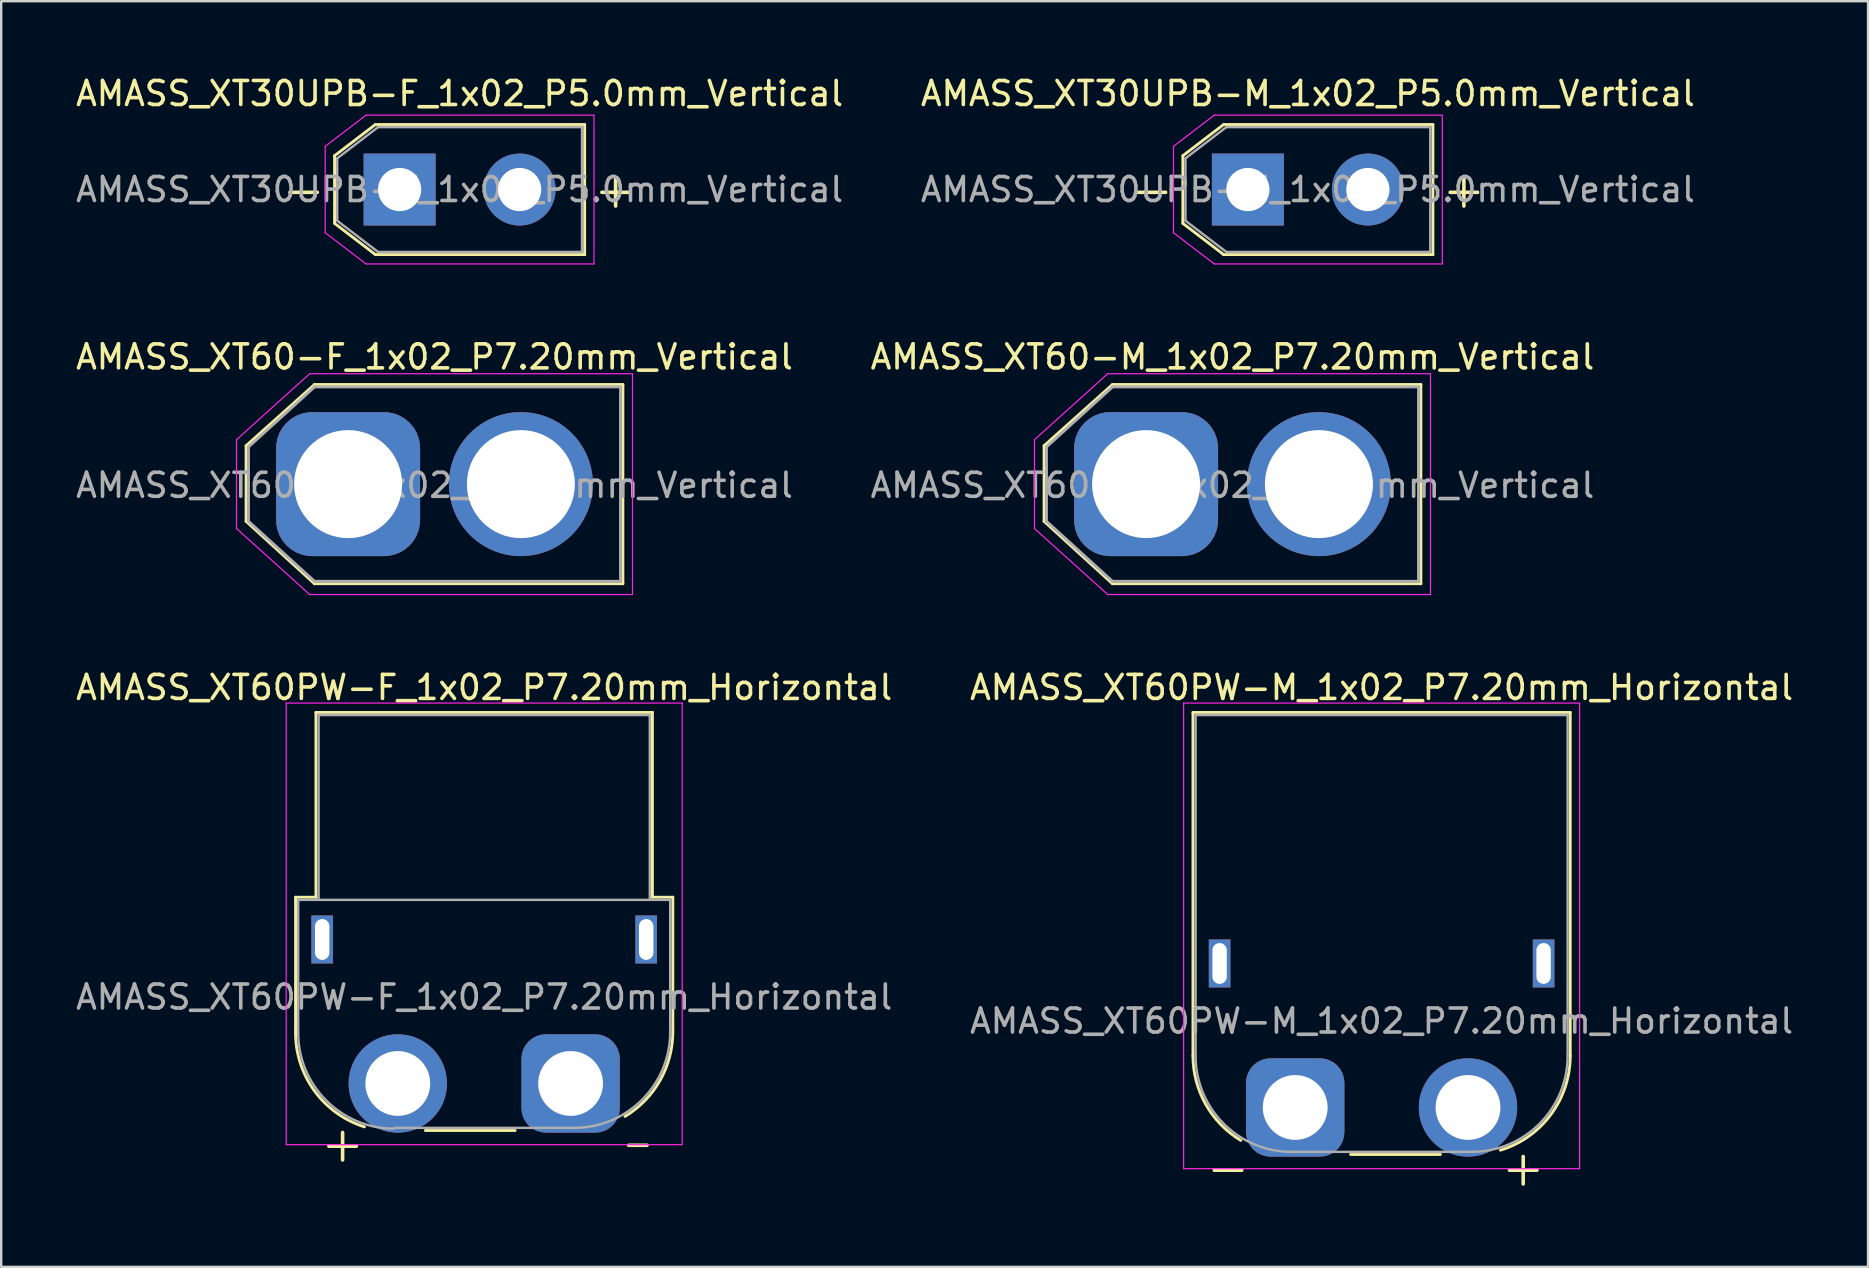
<source format=kicad_pcb>
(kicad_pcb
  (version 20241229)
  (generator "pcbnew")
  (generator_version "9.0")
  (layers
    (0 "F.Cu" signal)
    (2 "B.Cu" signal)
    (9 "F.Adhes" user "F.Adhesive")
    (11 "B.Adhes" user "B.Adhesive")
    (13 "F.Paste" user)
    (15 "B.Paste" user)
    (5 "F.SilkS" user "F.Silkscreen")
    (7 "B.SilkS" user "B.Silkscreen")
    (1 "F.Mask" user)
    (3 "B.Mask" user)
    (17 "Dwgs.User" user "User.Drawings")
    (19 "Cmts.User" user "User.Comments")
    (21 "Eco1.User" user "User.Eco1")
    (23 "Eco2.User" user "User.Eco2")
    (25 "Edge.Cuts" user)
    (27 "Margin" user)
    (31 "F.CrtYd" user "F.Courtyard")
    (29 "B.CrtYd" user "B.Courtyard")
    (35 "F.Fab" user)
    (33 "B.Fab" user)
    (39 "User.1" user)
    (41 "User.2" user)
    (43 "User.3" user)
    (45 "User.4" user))
  (footprint "AMASS_XT30UPB-F_1x02_P5.0mm_Vertical"
    (layer "F.Cu")
    (at 13.601 4.848)
    (property "Reference" "AMASS_XT30UPB-F_1x02_P5.0mm_Vertical" (at 2.5 -4 0) (layer "F.SilkS") (effects (font (size 1 1) (thickness 0.15))))
    (attr through_hole)
    (fp_line (start -2.71 -1.41) (end -2.71 1.41) (stroke (width 0.12) (type solid)) (layer "F.SilkS"))
    (fp_line (start -2.71 -1.41) (end -1.01 -2.71) (stroke (width 0.12) (type solid)) (layer "F.SilkS"))
    (fp_line (start -2.71 1.41) (end -1.01 2.71) (stroke (width 0.12) (type solid)) (layer "F.SilkS"))
    (fp_line (start -1.01 -2.71) (end 7.71 -2.71) (stroke (width 0.12) (type solid)) (layer "F.SilkS"))
    (fp_line (start -1.01 2.71) (end 7.71 2.71) (stroke (width 0.12) (type solid)) (layer "F.SilkS"))
    (fp_line (start 7.71 -2.71) (end 7.71 2.71) (stroke (width 0.12) (type solid)) (layer "F.SilkS"))
    (fp_line (start -3.1 -1.8) (end -3.1 1.8) (stroke (width 0.05) (type solid)) (layer "F.CrtYd"))
    (fp_line (start -3.1 -1.8) (end -1.4 -3.1) (stroke (width 0.05) (type solid)) (layer "F.CrtYd"))
    (fp_line (start -3.1 1.8) (end -1.4 3.1) (stroke (width 0.05) (type solid)) (layer "F.CrtYd"))
    (fp_line (start -1.4 -3.1) (end 8.1 -3.1) (stroke (width 0.05) (type solid)) (layer "F.CrtYd"))
    (fp_line (start -1.4 3.1) (end 8.1 3.1) (stroke (width 0.05) (type solid)) (layer "F.CrtYd"))
    (fp_line (start 8.1 -3.1) (end 8.1 3.1) (stroke (width 0.05) (type solid)) (layer "F.CrtYd"))
    (fp_line (start -2.6 -1.3) (end -2.6 1.3) (stroke (width 0.1) (type solid)) (layer "F.Fab"))
    (fp_line (start -2.6 -1.3) (end -0.9 -2.6) (stroke (width 0.1) (type solid)) (layer "F.Fab"))
    (fp_line (start -2.6 1.3) (end -0.9 2.6) (stroke (width 0.1) (type solid)) (layer "F.Fab"))
    (fp_line (start -0.9 -2.6) (end 7.6 -2.6) (stroke (width 0.1) (type solid)) (layer "F.Fab"))
    (fp_line (start -0.9 2.6) (end 7.6 2.6) (stroke (width 0.1) (type solid)) (layer "F.Fab"))
    (fp_line (start 7.6 -2.6) (end 7.6 2.6) (stroke (width 0.1) (type solid)) (layer "F.Fab"))
    (fp_text user "-" (at -4 0 0) (layer "F.SilkS") (effects (font (size 1.5 1.5) (thickness 0.15))))
    (fp_text user "+" (at 9 0 0) (layer "F.SilkS") (effects (font (size 1.5 1.5) (thickness 0.15))))
    (fp_text user "${REFERENCE}" (at 2.5 0 0) (layer "F.Fab") (effects (font (size 1 1) (thickness 0.15))))
    (pad "1" thru_hole rect (at 0 0) (size 3 3) (drill 1.8) (layers "*.Cu" "*.Mask"))
    (pad "2" thru_hole circle (at 5 0) (size 3 3) (drill 1.8) (layers "*.Cu" "*.Mask")))
  (footprint "AMASS_XT60-M_1x02_P7.20mm_Vertical"
    (layer "F.Cu")
    (at 44.704 17.122)
    (property "Reference" "AMASS_XT60-M_1x02_P7.20mm_Vertical" (at 3.6 -5.3 180) (layer "F.SilkS") (effects (font (size 1 1) (thickness 0.15))))
    (attr through_hole)
    (fp_line (start -4.25 -1.6) (end -4.25 1.55) (stroke (width 0.12) (type solid)) (layer "F.SilkS"))
    (fp_line (start -4.25 1.55) (end -1.4 4.15) (stroke (width 0.12) (type solid)) (layer "F.SilkS"))
    (fp_line (start -1.4 -4.15) (end -4.25 -1.6) (stroke (width 0.12) (type solid)) (layer "F.SilkS"))
    (fp_line (start -1.4 4.15) (end 11.45 4.15) (stroke (width 0.12) (type solid)) (layer "F.SilkS"))
    (fp_line (start 11.45 -4.15) (end -1.4 -4.15) (stroke (width 0.12) (type solid)) (layer "F.SilkS"))
    (fp_line (start 11.45 4.15) (end 11.45 -4.15) (stroke (width 0.12) (type solid)) (layer "F.SilkS"))
    (fp_line (start -4.65 -1.85) (end -1.6 -4.6) (stroke (width 0.05) (type solid)) (layer "F.CrtYd"))
    (fp_line (start -4.65 1.85) (end -4.65 -1.85) (stroke (width 0.05) (type solid)) (layer "F.CrtYd"))
    (fp_line (start -1.6 -4.6) (end 11.85 -4.6) (stroke (width 0.05) (type solid)) (layer "F.CrtYd"))
    (fp_line (start -1.6 4.6) (end -4.65 1.85) (stroke (width 0.05) (type solid)) (layer "F.CrtYd"))
    (fp_line (start 11.85 -4.6) (end 11.85 4.6) (stroke (width 0.05) (type solid)) (layer "F.CrtYd"))
    (fp_line (start 11.85 4.6) (end -1.6 4.6) (stroke (width 0.05) (type solid)) (layer "F.CrtYd"))
    (fp_line (start -4.15 -1.55) (end -4.15 1.55) (stroke (width 0.12) (type solid)) (layer "F.Fab"))
    (fp_line (start -4.15 1.55) (end -1.4 4.05) (stroke (width 0.12) (type solid)) (layer "F.Fab"))
    (fp_line (start -1.4 -4.05) (end -4.15 -1.55) (stroke (width 0.12) (type solid)) (layer "F.Fab"))
    (fp_line (start -1.4 4.05) (end 11.35 4.05) (stroke (width 0.12) (type solid)) (layer "F.Fab"))
    (fp_line (start 11.35 -4.05) (end -1.4 -4.05) (stroke (width 0.12) (type solid)) (layer "F.Fab"))
    (fp_line (start 11.35 4.05) (end 11.35 -4.05) (stroke (width 0.12) (type solid)) (layer "F.Fab"))
    (fp_text user "${REFERENCE}" (at 3.6 0.05 0) (layer "F.Fab") (effects (font (size 1 1) (thickness 0.15))))
    (pad "1" thru_hole roundrect (at 0 0) (size 6 6) (drill 4.5) (layers "*.Cu" "*.Mask") (roundrect_rratio 0.25))
    (pad "2" thru_hole circle (at 7.2 0) (size 6 6) (drill 4.5) (layers "*.Cu" "*.Mask")))
  (footprint "AMASS_XT60-F_1x02_P7.20mm_Vertical"
    (layer "F.Cu")
    (at 11.454 17.122)
    (property "Reference" "AMASS_XT60-F_1x02_P7.20mm_Vertical" (at 3.6 -5.3 180) (layer "F.SilkS") (effects (font (size 1 1) (thickness 0.15))))
    (attr through_hole)
    (fp_line (start -4.25 -1.6) (end -4.25 1.55) (stroke (width 0.12) (type solid)) (layer "F.SilkS"))
    (fp_line (start -4.25 1.55) (end -1.4 4.15) (stroke (width 0.12) (type solid)) (layer "F.SilkS"))
    (fp_line (start -1.4 -4.15) (end -4.25 -1.6) (stroke (width 0.12) (type solid)) (layer "F.SilkS"))
    (fp_line (start -1.4 4.15) (end 11.45 4.15) (stroke (width 0.12) (type solid)) (layer "F.SilkS"))
    (fp_line (start 11.45 -4.15) (end -1.4 -4.15) (stroke (width 0.12) (type solid)) (layer "F.SilkS"))
    (fp_line (start 11.45 4.15) (end 11.45 -4.15) (stroke (width 0.12) (type solid)) (layer "F.SilkS"))
    (fp_line (start -4.65 -1.85) (end -1.6 -4.6) (stroke (width 0.05) (type solid)) (layer "F.CrtYd"))
    (fp_line (start -4.65 1.85) (end -4.65 -1.85) (stroke (width 0.05) (type solid)) (layer "F.CrtYd"))
    (fp_line (start -1.6 -4.6) (end 11.85 -4.6) (stroke (width 0.05) (type solid)) (layer "F.CrtYd"))
    (fp_line (start -1.6 4.6) (end -4.65 1.85) (stroke (width 0.05) (type solid)) (layer "F.CrtYd"))
    (fp_line (start 11.85 -4.6) (end 11.85 4.6) (stroke (width 0.05) (type solid)) (layer "F.CrtYd"))
    (fp_line (start 11.85 4.6) (end -1.6 4.6) (stroke (width 0.05) (type solid)) (layer "F.CrtYd"))
    (fp_line (start -4.15 -1.55) (end -4.15 1.55) (stroke (width 0.12) (type solid)) (layer "F.Fab"))
    (fp_line (start -4.15 1.55) (end -1.4 4.05) (stroke (width 0.12) (type solid)) (layer "F.Fab"))
    (fp_line (start -1.4 -4.05) (end -4.15 -1.55) (stroke (width 0.12) (type solid)) (layer "F.Fab"))
    (fp_line (start -1.4 4.05) (end 11.35 4.05) (stroke (width 0.12) (type solid)) (layer "F.Fab"))
    (fp_line (start 11.35 -4.05) (end -1.4 -4.05) (stroke (width 0.12) (type solid)) (layer "F.Fab"))
    (fp_line (start 11.35 4.05) (end 11.35 -4.05) (stroke (width 0.12) (type solid)) (layer "F.Fab"))
    (fp_text user "${REFERENCE}" (at 3.6 0.05 0) (layer "F.Fab") (effects (font (size 1 1) (thickness 0.15))))
    (pad "1" thru_hole roundrect (at 0 0) (size 6 6) (drill 4.5) (layers "*.Cu" "*.Mask") (roundrect_rratio 0.25))
    (pad "2" thru_hole circle (at 7.2 0) (size 6 6) (drill 4.5) (layers "*.Cu" "*.Mask")))
  (footprint "AMASS_XT60PW-F_1x02_P7.20mm_Horizontal"
    (layer "F.Cu")
    (at 20.725 42.095)
    (property "Reference" "AMASS_XT60PW-F_1x02_P7.20mm_Horizontal" (at -3.6 -16.5 0) (layer "F.SilkS") (effects (font (size 1 1) (thickness 0.15))))
    (attr through_hole)
    (fp_line (start -11.46 -7.76) (end -11.46 -2.15) (stroke (width 0.12) (type solid)) (layer "F.SilkS"))
    (fp_line (start -11.46 -7.76) (end -10.61 -7.76) (stroke (width 0.12) (type solid)) (layer "F.SilkS"))
    (fp_line (start -10.61 -15.46) (end -10.61 -7.76) (stroke (width 0.12) (type solid)) (layer "F.SilkS"))
    (fp_line (start -10.61 -15.46) (end 3.41 -15.46) (stroke (width 0.12) (type solid)) (layer "F.SilkS"))
    (fp_line (start -6.05 1.96) (end -2.31 1.96) (stroke (width 0.12) (type solid)) (layer "F.SilkS"))
    (fp_line (start 3.41 -15.46) (end 3.41 -7.76) (stroke (width 0.12) (type solid)) (layer "F.SilkS"))
    (fp_line (start 3.41 -7.76) (end 4.26 -7.76) (stroke (width 0.12) (type solid)) (layer "F.SilkS"))
    (fp_line (start 4.26 -7.76) (end 4.26 -2.15) (stroke (width 0.12) (type solid)) (layer "F.SilkS"))
    (fp_arc (start -8.5899 1.808718) (mid -10.677645 0.302568) (end -11.46 -2.15) (stroke (width 0.12) (type solid)) (layer "F.SilkS"))
    (fp_arc (start 4.26 -2.15) (mid 3.727162 -0.126139) (end 2.266806 1.372958) (stroke (width 0.12) (type solid)) (layer "F.SilkS"))
    (fp_line (start -11.85 -15.85) (end -11.85 2.55) (stroke (width 0.05) (type solid)) (layer "F.CrtYd"))
    (fp_line (start -11.85 -15.85) (end 4.65 -15.85) (stroke (width 0.05) (type solid)) (layer "F.CrtYd"))
    (fp_line (start 4.65 2.55) (end -11.85 2.55) (stroke (width 0.05) (type solid)) (layer "F.CrtYd"))
    (fp_line (start 4.65 2.55) (end 4.65 -15.85) (stroke (width 0.05) (type solid)) (layer "F.CrtYd"))
    (fp_line (start -11.35 -7.65) (end -11.35 -2.15) (stroke (width 0.1) (type solid)) (layer "F.Fab"))
    (fp_line (start -11.35 -7.65) (end 4.15 -7.65) (stroke (width 0.1) (type solid)) (layer "F.Fab"))
    (fp_line (start -10.5 -15.35) (end 3.3 -15.35) (stroke (width 0.1) (type solid)) (layer "F.Fab"))
    (fp_line (start -10.5 -7.65) (end -10.5 -15.35) (stroke (width 0.1) (type solid)) (layer "F.Fab"))
    (fp_line (start -7.35 1.85) (end 0.15 1.85) (stroke (width 0.1) (type solid)) (layer "F.Fab"))
    (fp_line (start 3.3 -7.65) (end 3.3 -15.35) (stroke (width 0.1) (type solid)) (layer "F.Fab"))
    (fp_line (start 4.15 -7.65) (end 4.15 -2.15) (stroke (width 0.1) (type solid)) (layer "F.Fab"))
    (fp_arc (start -7.385 1.885) (mid -10.203176 0.688678) (end -11.35 -2.15) (stroke (width 0.1) (type solid)) (layer "F.Fab"))
    (fp_arc (start 4.15 -2.15) (mid 2.978427 0.678427) (end 0.15 1.85) (stroke (width 0.1) (type solid)) (layer "F.Fab"))
    (fp_text user "-" (at 2.8 2.5 0) (layer "F.SilkS") (effects (font (size 1 1) (thickness 0.15))))
    (fp_text user "+" (at -9.5 2.5 0) (layer "F.SilkS") (effects (font (size 1.5 1.5) (thickness 0.15))))
    (fp_text user "${REFERENCE}" (at -3.6 -3.6 0) (layer "F.Fab") (effects (font (size 1 1) (thickness 0.15))))
    (pad "" thru_hole rect (at -10.35 -6) (size 0.9 2) (drill oval 0.6 1.7) (layers "*.Cu" "*.Mask"))
    (pad "" thru_hole rect (at 3.15 -6) (size 0.9 2) (drill oval 0.6 1.7) (layers "*.Cu" "*.Mask"))
    (pad "1" thru_hole roundrect (at 0 0) (size 4.1 4.1) (drill 2.7) (layers "*.Cu" "*.Mask") (roundrect_rratio 0.25))
    (pad "2" thru_hole circle (at -7.2 0) (size 4.1 4.1) (drill 2.7) (layers "*.Cu" "*.Mask")))
  (footprint "AMASS_XT30UPB-M_1x02_P5.0mm_Vertical"
    (layer "F.Cu")
    (at 48.946 4.848)
    (property "Reference" "AMASS_XT30UPB-M_1x02_P5.0mm_Vertical" (at 2.5 -4 0) (layer "F.SilkS") (effects (font (size 1 1) (thickness 0.15))))
    (attr through_hole)
    (fp_line (start -2.71 -1.41) (end -2.71 1.41) (stroke (width 0.12) (type solid)) (layer "F.SilkS"))
    (fp_line (start -2.71 -1.41) (end -1.01 -2.71) (stroke (width 0.12) (type solid)) (layer "F.SilkS"))
    (fp_line (start -2.71 1.41) (end -1.01 2.71) (stroke (width 0.12) (type solid)) (layer "F.SilkS"))
    (fp_line (start -1.01 -2.71) (end 7.71 -2.71) (stroke (width 0.12) (type solid)) (layer "F.SilkS"))
    (fp_line (start -1.01 2.71) (end 7.71 2.71) (stroke (width 0.12) (type solid)) (layer "F.SilkS"))
    (fp_line (start 7.71 -2.71) (end 7.71 2.71) (stroke (width 0.12) (type solid)) (layer "F.SilkS"))
    (fp_line (start -3.1 -1.8) (end -3.1 1.8) (stroke (width 0.05) (type solid)) (layer "F.CrtYd"))
    (fp_line (start -3.1 -1.8) (end -1.4 -3.1) (stroke (width 0.05) (type solid)) (layer "F.CrtYd"))
    (fp_line (start -3.1 1.8) (end -1.4 3.1) (stroke (width 0.05) (type solid)) (layer "F.CrtYd"))
    (fp_line (start -1.4 -3.1) (end 8.1 -3.1) (stroke (width 0.05) (type solid)) (layer "F.CrtYd"))
    (fp_line (start -1.4 3.1) (end 8.1 3.1) (stroke (width 0.05) (type solid)) (layer "F.CrtYd"))
    (fp_line (start 8.1 -3.1) (end 8.1 3.1) (stroke (width 0.05) (type solid)) (layer "F.CrtYd"))
    (fp_line (start -2.6 -1.3) (end -2.6 1.3) (stroke (width 0.1) (type solid)) (layer "F.Fab"))
    (fp_line (start -2.6 -1.3) (end -0.9 -2.6) (stroke (width 0.1) (type solid)) (layer "F.Fab"))
    (fp_line (start -2.6 1.3) (end -0.9 2.6) (stroke (width 0.1) (type solid)) (layer "F.Fab"))
    (fp_line (start -0.9 -2.6) (end 7.6 -2.6) (stroke (width 0.1) (type solid)) (layer "F.Fab"))
    (fp_line (start -0.9 2.6) (end 7.6 2.6) (stroke (width 0.1) (type solid)) (layer "F.Fab"))
    (fp_line (start 7.6 -2.6) (end 7.6 2.6) (stroke (width 0.1) (type solid)) (layer "F.Fab"))
    (fp_text user "+" (at 9 0 0) (layer "F.SilkS") (effects (font (size 1.5 1.5) (thickness 0.15))))
    (fp_text user "-" (at -4 0 0) (layer "F.SilkS") (effects (font (size 1.5 1.5) (thickness 0.15))))
    (fp_text user "${REFERENCE}" (at 2.5 0 0) (layer "F.Fab") (effects (font (size 1 1) (thickness 0.15))))
    (pad "1" thru_hole rect (at 0 0) (size 3 3) (drill 1.8) (layers "*.Cu" "*.Mask"))
    (pad "2" thru_hole circle (at 5 0) (size 3 3) (drill 1.8) (layers "*.Cu" "*.Mask")))
  (footprint "AMASS_XT60PW-M_1x02_P7.20mm_Horizontal"
    (layer "F.Cu")
    (at 50.918 43.095)
    (property "Reference" "AMASS_XT60PW-M_1x02_P7.20mm_Horizontal" (at 3.6 -17.5 0) (layer "F.SilkS") (effects (font (size 1 1) (thickness 0.15))))
    (attr through_hole)
    (fp_line (start -4.26 -16.46) (end -4.26 -2.15) (stroke (width 0.12) (type solid)) (layer "F.SilkS"))
    (fp_line (start -4.26 -16.46) (end 11.46 -16.46) (stroke (width 0.12) (type solid)) (layer "F.SilkS"))
    (fp_line (start 2.31 1.96) (end 6.05 1.96) (stroke (width 0.12) (type solid)) (layer "F.SilkS"))
    (fp_line (start 11.46 -16.46) (end 11.46 -2.15) (stroke (width 0.12) (type solid)) (layer "F.SilkS"))
    (fp_arc (start -2.266806 1.372958) (mid -3.727162 -0.126139) (end -4.26 -2.15) (stroke (width 0.12) (type solid)) (layer "F.SilkS"))
    (fp_arc (start 11.46 -2.15) (mid 10.653852 0.294722) (end 8.551648 1.780413) (stroke (width 0.12) (type solid)) (layer "F.SilkS"))
    (fp_line (start -4.65 -16.85) (end -4.65 2.55) (stroke (width 0.05) (type solid)) (layer "F.CrtYd"))
    (fp_line (start -4.65 -16.85) (end 11.85 -16.85) (stroke (width 0.05) (type solid)) (layer "F.CrtYd"))
    (fp_line (start 11.85 -16.85) (end 11.85 2.55) (stroke (width 0.05) (type solid)) (layer "F.CrtYd"))
    (fp_line (start 11.85 2.55) (end -4.65 2.55) (stroke (width 0.05) (type solid)) (layer "F.CrtYd"))
    (fp_line (start -4.15 -16.35) (end -4.15 -2.15) (stroke (width 0.1) (type solid)) (layer "F.Fab"))
    (fp_line (start -4.15 -16.35) (end 11.35 -16.35) (stroke (width 0.1) (type solid)) (layer "F.Fab"))
    (fp_line (start -0.15 1.85) (end 7.35 1.85) (stroke (width 0.1) (type solid)) (layer "F.Fab"))
    (fp_line (start 11.35 -16.35) (end 11.35 -2.15) (stroke (width 0.1) (type solid)) (layer "F.Fab"))
    (fp_arc (start -0.15 1.85) (mid -2.978427 0.678427) (end -4.15 -2.15) (stroke (width 0.1) (type solid)) (layer "F.Fab"))
    (fp_arc (start 11.35 -2.15) (mid 10.178427 0.678427) (end 7.35 1.85) (stroke (width 0.1) (type solid)) (layer "F.Fab"))
    (fp_text user "+" (at 9.5 2.5 0) (layer "F.SilkS") (effects (font (size 1.5 1.5) (thickness 0.15))))
    (fp_text user "-" (at -2.8 2.5 0) (layer "F.SilkS") (effects (font (size 1.5 1.5) (thickness 0.15))))
    (fp_text user "${REFERENCE}" (at 3.6 -3.6 0) (layer "F.Fab") (effects (font (size 1 1) (thickness 0.15))))
    (pad "" thru_hole rect (at -3.15 -6) (size 0.9 2) (drill oval 0.6 1.7) (layers "*.Cu" "*.Mask"))
    (pad "" thru_hole rect (at 10.35 -6) (size 0.9 2) (drill oval 0.6 1.7) (layers "*.Cu" "*.Mask"))
    (pad "1" thru_hole roundrect (at 0 0) (size 4.1 4.1) (drill 2.7) (layers "*.Cu" "*.Mask") (roundrect_rratio 0.25))
    (pad "2" thru_hole circle (at 7.2 0) (size 4.1 4.1) (drill 2.7) (layers "*.Cu" "*.Mask")))
  (gr_rect
    (start -3 -3)
    (end 74.786 49.736)
    (stroke (width 0.1) (type default))
    (fill no)
    (layer "Edge.Cuts")))
</source>
